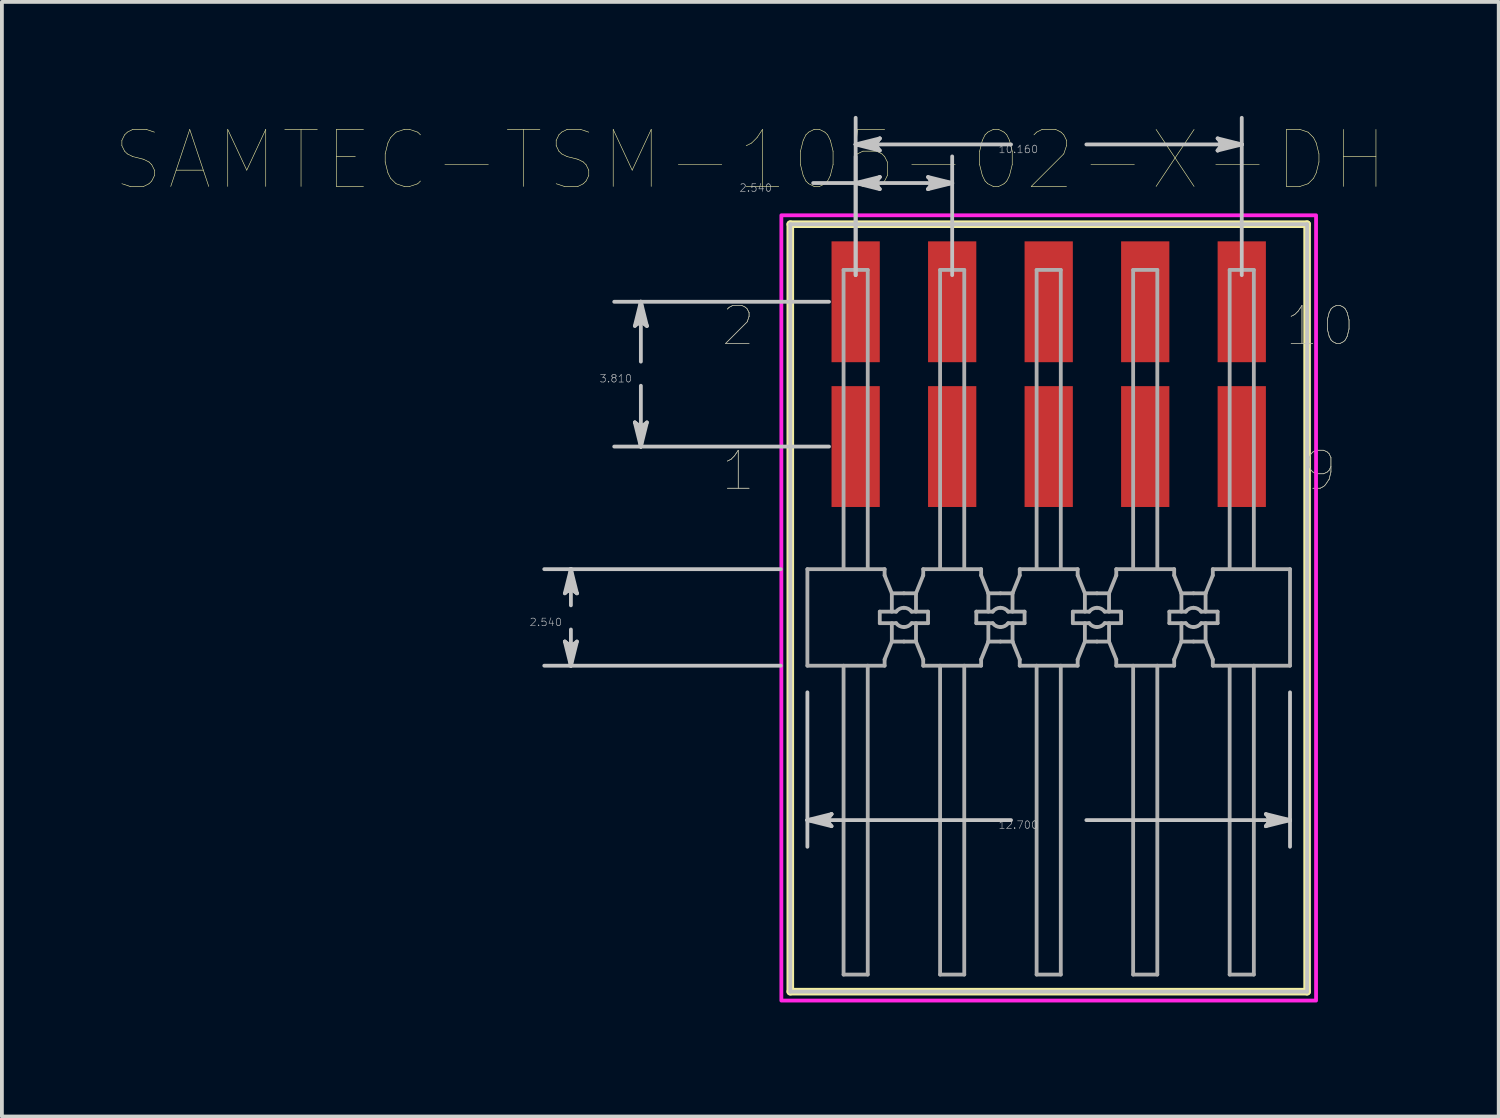
<source format=kicad_pcb>
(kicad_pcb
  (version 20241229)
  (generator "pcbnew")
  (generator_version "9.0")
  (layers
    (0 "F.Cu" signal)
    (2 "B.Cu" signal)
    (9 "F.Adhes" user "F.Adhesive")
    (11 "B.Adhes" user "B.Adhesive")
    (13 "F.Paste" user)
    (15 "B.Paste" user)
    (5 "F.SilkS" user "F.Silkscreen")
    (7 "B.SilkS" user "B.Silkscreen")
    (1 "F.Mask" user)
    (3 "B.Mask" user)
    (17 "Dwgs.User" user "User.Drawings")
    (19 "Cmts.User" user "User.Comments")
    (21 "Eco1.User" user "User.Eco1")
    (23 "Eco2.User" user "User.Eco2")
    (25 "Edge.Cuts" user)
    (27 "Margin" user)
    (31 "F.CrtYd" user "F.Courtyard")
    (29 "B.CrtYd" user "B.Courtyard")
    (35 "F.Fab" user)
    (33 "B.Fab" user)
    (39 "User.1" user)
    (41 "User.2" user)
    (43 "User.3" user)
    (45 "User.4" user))
  (footprint "SAMTEC-TSM-105-02-X-DH"
    (layer "F.Cu")
    (at 24.546 13.197)
    (property "Reference" "SAMTEC-TSM-105-02-X-DH" (at -7.853 -12.034 0) (layer "F.SilkS") (effects (font (size 1.5 1.5) (thickness 0.015))))
    (attr through_hole)
    (fp_poly (pts (xy -5.766 -9.947) (xy -4.394 -9.947) (xy -4.394 -6.665) (xy -5.766 -6.665)) (stroke (width 0.01) (type solid)) (fill yes) (layer "F.Mask"))
    (fp_poly (pts (xy -5.766 -6.137) (xy -4.394 -6.137) (xy -4.394 -2.855) (xy -5.766 -2.855)) (stroke (width 0.01) (type solid)) (fill yes) (layer "F.Mask"))
    (fp_poly (pts (xy -3.226 -9.947) (xy -1.854 -9.947) (xy -1.854 -6.665) (xy -3.226 -6.665)) (stroke (width 0.01) (type solid)) (fill yes) (layer "F.Mask"))
    (fp_poly (pts (xy -3.226 -6.137) (xy -1.854 -6.137) (xy -1.854 -2.855) (xy -3.226 -2.855)) (stroke (width 0.01) (type solid)) (fill yes) (layer "F.Mask"))
    (fp_poly (pts (xy -0.686 -9.947) (xy 0.686 -9.947) (xy 0.686 -6.665) (xy -0.686 -6.665)) (stroke (width 0.01) (type solid)) (fill yes) (layer "F.Mask"))
    (fp_poly (pts (xy -0.686 -6.137) (xy 0.686 -6.137) (xy 0.686 -2.855) (xy -0.686 -2.855)) (stroke (width 0.01) (type solid)) (fill yes) (layer "F.Mask"))
    (fp_poly (pts (xy 1.854 -9.947) (xy 3.226 -9.947) (xy 3.226 -6.665) (xy 1.854 -6.665)) (stroke (width 0.01) (type solid)) (fill yes) (layer "F.Mask"))
    (fp_poly (pts (xy 1.854 -6.137) (xy 3.226 -6.137) (xy 3.226 -2.855) (xy 1.854 -2.855)) (stroke (width 0.01) (type solid)) (fill yes) (layer "F.Mask"))
    (fp_poly (pts (xy 4.394 -9.947) (xy 5.766 -9.947) (xy 5.766 -6.665) (xy 4.394 -6.665)) (stroke (width 0.01) (type solid)) (fill yes) (layer "F.Mask"))
    (fp_poly (pts (xy 4.394 -6.137) (xy 5.766 -6.137) (xy 5.766 -2.855) (xy 4.394 -2.855)) (stroke (width 0.01) (type solid)) (fill yes) (layer "F.Mask"))
    (fp_line (start -6.8 -10.347) (end -6.8 9.848) (stroke (width 0.2) (type solid)) (layer "F.SilkS"))
    (fp_line (start -6.8 9.848) (end 6.8 9.848) (stroke (width 0.2) (type solid)) (layer "F.SilkS"))
    (fp_line (start 6.8 -10.347) (end -6.8 -10.347) (stroke (width 0.2) (type solid)) (layer "F.SilkS"))
    (fp_line (start 6.8 9.848) (end 6.8 -10.347) (stroke (width 0.2) (type solid)) (layer "F.SilkS"))
    (fp_poly (pts (xy -5.715 -9.896) (xy -4.445 -9.896) (xy -4.445 -6.716) (xy -5.715 -6.716)) (stroke (width 0.01) (type solid)) (fill yes) (layer "F.Paste"))
    (fp_poly (pts (xy -5.715 -6.086) (xy -4.445 -6.086) (xy -4.445 -2.906) (xy -5.715 -2.906)) (stroke (width 0.01) (type solid)) (fill yes) (layer "F.Paste"))
    (fp_poly (pts (xy -3.175 -9.896) (xy -1.905 -9.896) (xy -1.905 -6.716) (xy -3.175 -6.716)) (stroke (width 0.01) (type solid)) (fill yes) (layer "F.Paste"))
    (fp_poly (pts (xy -3.175 -6.086) (xy -1.905 -6.086) (xy -1.905 -2.906) (xy -3.175 -2.906)) (stroke (width 0.01) (type solid)) (fill yes) (layer "F.Paste"))
    (fp_poly (pts (xy -0.635 -9.896) (xy 0.635 -9.896) (xy 0.635 -6.716) (xy -0.635 -6.716)) (stroke (width 0.01) (type solid)) (fill yes) (layer "F.Paste"))
    (fp_poly (pts (xy -0.635 -6.086) (xy 0.635 -6.086) (xy 0.635 -2.906) (xy -0.635 -2.906)) (stroke (width 0.01) (type solid)) (fill yes) (layer "F.Paste"))
    (fp_poly (pts (xy 1.905 -9.896) (xy 3.175 -9.896) (xy 3.175 -6.716) (xy 1.905 -6.716)) (stroke (width 0.01) (type solid)) (fill yes) (layer "F.Paste"))
    (fp_poly (pts (xy 1.905 -6.086) (xy 3.175 -6.086) (xy 3.175 -2.906) (xy 1.905 -2.906)) (stroke (width 0.01) (type solid)) (fill yes) (layer "F.Paste"))
    (fp_poly (pts (xy 4.445 -9.896) (xy 5.715 -9.896) (xy 5.715 -6.716) (xy 4.445 -6.716)) (stroke (width 0.01) (type solid)) (fill yes) (layer "F.Paste"))
    (fp_poly (pts (xy 4.445 -6.086) (xy 5.715 -6.086) (xy 5.715 -2.906) (xy 4.445 -2.906)) (stroke (width 0.01) (type solid)) (fill yes) (layer "F.Paste"))
    (fp_line (start -12.732 -0.635) (end -12.573 -0.762) (stroke (width 0.1) (type solid)) (layer "Dwgs.User"))
    (fp_line (start -12.732 0.635) (end -12.573 1.27) (stroke (width 0.1) (type solid)) (layer "Dwgs.User"))
    (fp_line (start -12.652 -0.698) (end -12.573 -0.762) (stroke (width 0.1) (type solid)) (layer "Dwgs.User"))
    (fp_line (start -12.652 0.698) (end -12.732 0.635) (stroke (width 0.1) (type solid)) (layer "Dwgs.User"))
    (fp_line (start -12.573 -1.27) (end -12.732 -0.635) (stroke (width 0.1) (type solid)) (layer "Dwgs.User"))
    (fp_line (start -12.573 -1.27) (end -12.652 -0.698) (stroke (width 0.1) (type solid)) (layer "Dwgs.User"))
    (fp_line (start -12.573 -1.27) (end -12.494 -0.698) (stroke (width 0.1) (type solid)) (layer "Dwgs.User"))
    (fp_line (start -12.573 -0.762) (end -12.573 -1.27) (stroke (width 0.1) (type solid)) (layer "Dwgs.User"))
    (fp_line (start -12.573 -0.762) (end -12.414 -0.635) (stroke (width 0.1) (type solid)) (layer "Dwgs.User"))
    (fp_line (start -12.573 -0.318) (end -12.573 -1.27) (stroke (width 0.1) (type solid)) (layer "Dwgs.User"))
    (fp_line (start -12.573 0.318) (end -12.573 1.27) (stroke (width 0.1) (type solid)) (layer "Dwgs.User"))
    (fp_line (start -12.573 0.762) (end -12.732 0.635) (stroke (width 0.1) (type solid)) (layer "Dwgs.User"))
    (fp_line (start -12.573 0.762) (end -12.573 1.27) (stroke (width 0.1) (type solid)) (layer "Dwgs.User"))
    (fp_line (start -12.573 1.27) (end -12.652 0.698) (stroke (width 0.1) (type solid)) (layer "Dwgs.User"))
    (fp_line (start -12.573 1.27) (end -12.494 0.698) (stroke (width 0.1) (type solid)) (layer "Dwgs.User"))
    (fp_line (start -12.573 1.27) (end -12.414 0.635) (stroke (width 0.1) (type solid)) (layer "Dwgs.User"))
    (fp_line (start -12.494 -0.698) (end -12.414 -0.635) (stroke (width 0.1) (type solid)) (layer "Dwgs.User"))
    (fp_line (start -12.494 0.698) (end -12.573 0.762) (stroke (width 0.1) (type solid)) (layer "Dwgs.User"))
    (fp_line (start -12.414 -0.635) (end -12.573 -1.27) (stroke (width 0.1) (type solid)) (layer "Dwgs.User"))
    (fp_line (start -12.414 0.635) (end -12.573 0.762) (stroke (width 0.1) (type solid)) (layer "Dwgs.User"))
    (fp_line (start -10.89 -7.671) (end -10.732 -7.798) (stroke (width 0.1) (type solid)) (layer "Dwgs.User"))
    (fp_line (start -10.89 -5.131) (end -10.732 -4.496) (stroke (width 0.1) (type solid)) (layer "Dwgs.User"))
    (fp_line (start -10.811 -7.734) (end -10.732 -7.798) (stroke (width 0.1) (type solid)) (layer "Dwgs.User"))
    (fp_line (start -10.811 -5.067) (end -10.89 -5.131) (stroke (width 0.1) (type solid)) (layer "Dwgs.User"))
    (fp_line (start -10.732 -8.306) (end -10.89 -7.671) (stroke (width 0.1) (type solid)) (layer "Dwgs.User"))
    (fp_line (start -10.732 -8.306) (end -10.811 -7.734) (stroke (width 0.1) (type solid)) (layer "Dwgs.User"))
    (fp_line (start -10.732 -8.306) (end -10.652 -7.734) (stroke (width 0.1) (type solid)) (layer "Dwgs.User"))
    (fp_line (start -10.732 -7.798) (end -10.732 -8.306) (stroke (width 0.1) (type solid)) (layer "Dwgs.User"))
    (fp_line (start -10.732 -7.798) (end -10.573 -7.671) (stroke (width 0.1) (type solid)) (layer "Dwgs.User"))
    (fp_line (start -10.732 -6.731) (end -10.732 -8.306) (stroke (width 0.1) (type solid)) (layer "Dwgs.User"))
    (fp_line (start -10.732 -6.096) (end -10.732 -4.496) (stroke (width 0.1) (type solid)) (layer "Dwgs.User"))
    (fp_line (start -10.732 -5.004) (end -10.89 -5.131) (stroke (width 0.1) (type solid)) (layer "Dwgs.User"))
    (fp_line (start -10.732 -5.004) (end -10.732 -4.496) (stroke (width 0.1) (type solid)) (layer "Dwgs.User"))
    (fp_line (start -10.732 -4.496) (end -10.811 -5.067) (stroke (width 0.1) (type solid)) (layer "Dwgs.User"))
    (fp_line (start -10.732 -4.496) (end -10.652 -5.067) (stroke (width 0.1) (type solid)) (layer "Dwgs.User"))
    (fp_line (start -10.732 -4.496) (end -10.573 -5.131) (stroke (width 0.1) (type solid)) (layer "Dwgs.User"))
    (fp_line (start -10.652 -7.734) (end -10.573 -7.671) (stroke (width 0.1) (type solid)) (layer "Dwgs.User"))
    (fp_line (start -10.652 -5.067) (end -10.732 -5.004) (stroke (width 0.1) (type solid)) (layer "Dwgs.User"))
    (fp_line (start -10.573 -7.671) (end -10.732 -8.306) (stroke (width 0.1) (type solid)) (layer "Dwgs.User"))
    (fp_line (start -10.573 -5.131) (end -10.732 -5.004) (stroke (width 0.1) (type solid)) (layer "Dwgs.User"))
    (fp_line (start -7.051 -1.27) (end -13.274 -1.27) (stroke (width 0.1) (type solid)) (layer "Dwgs.User"))
    (fp_line (start -7.051 1.27) (end -13.274 1.27) (stroke (width 0.1) (type solid)) (layer "Dwgs.User"))
    (fp_line (start -6.8 -10.347) (end -6.8 9.848) (stroke (width 0.1) (type solid)) (layer "Dwgs.User"))
    (fp_line (start -6.8 9.848) (end 6.8 9.848) (stroke (width 0.1) (type solid)) (layer "Dwgs.User"))
    (fp_line (start -6.35 1.971) (end -6.35 6.035) (stroke (width 0.1) (type solid)) (layer "Dwgs.User"))
    (fp_line (start -6.35 5.334) (end -5.778 5.255) (stroke (width 0.1) (type solid)) (layer "Dwgs.User"))
    (fp_line (start -6.35 5.334) (end -5.778 5.413) (stroke (width 0.1) (type solid)) (layer "Dwgs.User"))
    (fp_line (start -6.35 5.334) (end -5.715 5.493) (stroke (width 0.1) (type solid)) (layer "Dwgs.User"))
    (fp_line (start -6.198 -11.43) (end -5.08 -11.43) (stroke (width 0.1) (type solid)) (layer "Dwgs.User"))
    (fp_line (start -5.842 5.334) (end -6.35 5.334) (stroke (width 0.1) (type solid)) (layer "Dwgs.User"))
    (fp_line (start -5.842 5.334) (end -5.715 5.175) (stroke (width 0.1) (type solid)) (layer "Dwgs.User"))
    (fp_line (start -5.781 -8.306) (end -11.433 -8.306) (stroke (width 0.1) (type solid)) (layer "Dwgs.User"))
    (fp_line (start -5.781 -4.496) (end -11.433 -4.496) (stroke (width 0.1) (type solid)) (layer "Dwgs.User"))
    (fp_line (start -5.778 5.255) (end -5.715 5.175) (stroke (width 0.1) (type solid)) (layer "Dwgs.User"))
    (fp_line (start -5.778 5.413) (end -5.842 5.334) (stroke (width 0.1) (type solid)) (layer "Dwgs.User"))
    (fp_line (start -5.715 5.175) (end -6.35 5.334) (stroke (width 0.1) (type solid)) (layer "Dwgs.User"))
    (fp_line (start -5.715 5.493) (end -5.842 5.334) (stroke (width 0.1) (type solid)) (layer "Dwgs.User"))
    (fp_line (start -5.08 -12.446) (end -4.508 -12.525) (stroke (width 0.1) (type solid)) (layer "Dwgs.User"))
    (fp_line (start -5.08 -12.446) (end -4.508 -12.367) (stroke (width 0.1) (type solid)) (layer "Dwgs.User"))
    (fp_line (start -5.08 -12.446) (end -4.445 -12.287) (stroke (width 0.1) (type solid)) (layer "Dwgs.User"))
    (fp_line (start -5.08 -11.43) (end -4.508 -11.509) (stroke (width 0.1) (type solid)) (layer "Dwgs.User"))
    (fp_line (start -5.08 -11.43) (end -4.508 -11.351) (stroke (width 0.1) (type solid)) (layer "Dwgs.User"))
    (fp_line (start -5.08 -11.43) (end -4.445 -11.271) (stroke (width 0.1) (type solid)) (layer "Dwgs.User"))
    (fp_line (start -5.08 -11.43) (end -2.54 -11.43) (stroke (width 0.1) (type solid)) (layer "Dwgs.User"))
    (fp_line (start -5.08 -9.007) (end -5.08 -13.147) (stroke (width 0.1) (type solid)) (layer "Dwgs.User"))
    (fp_line (start -5.08 -9.007) (end -5.08 -12.131) (stroke (width 0.1) (type solid)) (layer "Dwgs.User"))
    (fp_line (start -4.572 -12.446) (end -5.08 -12.446) (stroke (width 0.1) (type solid)) (layer "Dwgs.User"))
    (fp_line (start -4.572 -12.446) (end -4.445 -12.605) (stroke (width 0.1) (type solid)) (layer "Dwgs.User"))
    (fp_line (start -4.572 -11.43) (end -5.08 -11.43) (stroke (width 0.1) (type solid)) (layer "Dwgs.User"))
    (fp_line (start -4.572 -11.43) (end -4.445 -11.589) (stroke (width 0.1) (type solid)) (layer "Dwgs.User"))
    (fp_line (start -4.508 -12.525) (end -4.445 -12.605) (stroke (width 0.1) (type solid)) (layer "Dwgs.User"))
    (fp_line (start -4.508 -12.367) (end -4.572 -12.446) (stroke (width 0.1) (type solid)) (layer "Dwgs.User"))
    (fp_line (start -4.508 -11.509) (end -4.445 -11.589) (stroke (width 0.1) (type solid)) (layer "Dwgs.User"))
    (fp_line (start -4.508 -11.351) (end -4.572 -11.43) (stroke (width 0.1) (type solid)) (layer "Dwgs.User"))
    (fp_line (start -4.445 -12.605) (end -5.08 -12.446) (stroke (width 0.1) (type solid)) (layer "Dwgs.User"))
    (fp_line (start -4.445 -12.287) (end -4.572 -12.446) (stroke (width 0.1) (type solid)) (layer "Dwgs.User"))
    (fp_line (start -4.445 -11.589) (end -5.08 -11.43) (stroke (width 0.1) (type solid)) (layer "Dwgs.User"))
    (fp_line (start -4.445 -11.271) (end -4.572 -11.43) (stroke (width 0.1) (type solid)) (layer "Dwgs.User"))
    (fp_line (start -3.175 -11.589) (end -3.048 -11.43) (stroke (width 0.1) (type solid)) (layer "Dwgs.User"))
    (fp_line (start -3.175 -11.271) (end -2.54 -11.43) (stroke (width 0.1) (type solid)) (layer "Dwgs.User"))
    (fp_line (start -3.112 -11.509) (end -3.048 -11.43) (stroke (width 0.1) (type solid)) (layer "Dwgs.User"))
    (fp_line (start -3.112 -11.351) (end -3.175 -11.271) (stroke (width 0.1) (type solid)) (layer "Dwgs.User"))
    (fp_line (start -3.048 -11.43) (end -3.175 -11.271) (stroke (width 0.1) (type solid)) (layer "Dwgs.User"))
    (fp_line (start -3.048 -11.43) (end -2.54 -11.43) (stroke (width 0.1) (type solid)) (layer "Dwgs.User"))
    (fp_line (start -2.54 -11.43) (end -3.175 -11.589) (stroke (width 0.1) (type solid)) (layer "Dwgs.User"))
    (fp_line (start -2.54 -11.43) (end -3.112 -11.509) (stroke (width 0.1) (type solid)) (layer "Dwgs.User"))
    (fp_line (start -2.54 -11.43) (end -3.112 -11.351) (stroke (width 0.1) (type solid)) (layer "Dwgs.User"))
    (fp_line (start -2.54 -9.007) (end -2.54 -12.131) (stroke (width 0.1) (type solid)) (layer "Dwgs.User"))
    (fp_line (start -0.991 -12.446) (end -5.08 -12.446) (stroke (width 0.1) (type solid)) (layer "Dwgs.User"))
    (fp_line (start -0.991 5.334) (end -6.35 5.334) (stroke (width 0.1) (type solid)) (layer "Dwgs.User"))
    (fp_line (start 0.991 -12.446) (end 5.08 -12.446) (stroke (width 0.1) (type solid)) (layer "Dwgs.User"))
    (fp_line (start 0.991 5.334) (end 6.35 5.334) (stroke (width 0.1) (type solid)) (layer "Dwgs.User"))
    (fp_line (start 4.445 -12.605) (end 4.572 -12.446) (stroke (width 0.1) (type solid)) (layer "Dwgs.User"))
    (fp_line (start 4.445 -12.287) (end 5.08 -12.446) (stroke (width 0.1) (type solid)) (layer "Dwgs.User"))
    (fp_line (start 4.508 -12.525) (end 4.572 -12.446) (stroke (width 0.1) (type solid)) (layer "Dwgs.User"))
    (fp_line (start 4.508 -12.367) (end 4.445 -12.287) (stroke (width 0.1) (type solid)) (layer "Dwgs.User"))
    (fp_line (start 4.572 -12.446) (end 4.445 -12.287) (stroke (width 0.1) (type solid)) (layer "Dwgs.User"))
    (fp_line (start 4.572 -12.446) (end 5.08 -12.446) (stroke (width 0.1) (type solid)) (layer "Dwgs.User"))
    (fp_line (start 5.08 -12.446) (end 4.445 -12.605) (stroke (width 0.1) (type solid)) (layer "Dwgs.User"))
    (fp_line (start 5.08 -12.446) (end 4.508 -12.525) (stroke (width 0.1) (type solid)) (layer "Dwgs.User"))
    (fp_line (start 5.08 -12.446) (end 4.508 -12.367) (stroke (width 0.1) (type solid)) (layer "Dwgs.User"))
    (fp_line (start 5.08 -9.007) (end 5.08 -13.147) (stroke (width 0.1) (type solid)) (layer "Dwgs.User"))
    (fp_line (start 5.715 5.175) (end 5.842 5.334) (stroke (width 0.1) (type solid)) (layer "Dwgs.User"))
    (fp_line (start 5.715 5.493) (end 6.35 5.334) (stroke (width 0.1) (type solid)) (layer "Dwgs.User"))
    (fp_line (start 5.778 5.255) (end 5.842 5.334) (stroke (width 0.1) (type solid)) (layer "Dwgs.User"))
    (fp_line (start 5.778 5.413) (end 5.715 5.493) (stroke (width 0.1) (type solid)) (layer "Dwgs.User"))
    (fp_line (start 5.842 5.334) (end 5.715 5.493) (stroke (width 0.1) (type solid)) (layer "Dwgs.User"))
    (fp_line (start 5.842 5.334) (end 6.35 5.334) (stroke (width 0.1) (type solid)) (layer "Dwgs.User"))
    (fp_line (start 6.35 1.971) (end 6.35 6.035) (stroke (width 0.1) (type solid)) (layer "Dwgs.User"))
    (fp_line (start 6.35 5.334) (end 5.715 5.175) (stroke (width 0.1) (type solid)) (layer "Dwgs.User"))
    (fp_line (start 6.35 5.334) (end 5.778 5.255) (stroke (width 0.1) (type solid)) (layer "Dwgs.User"))
    (fp_line (start 6.35 5.334) (end 5.778 5.413) (stroke (width 0.1) (type solid)) (layer "Dwgs.User"))
    (fp_line (start 6.8 -10.347) (end -6.8 -10.347) (stroke (width 0.1) (type solid)) (layer "Dwgs.User"))
    (fp_line (start 6.8 9.848) (end 6.8 -10.347) (stroke (width 0.1) (type solid)) (layer "Dwgs.User"))
    (fp_poly (pts (xy -7.035 10.083) (xy -7.035 -10.582) (xy 7.035 -10.582) (xy 7.035 10.083) (xy -7.035 10.083)) (stroke (width 0.1) (type solid)) (fill no) (layer "F.CrtYd"))
    (fp_line (start -6.35 -1.27) (end -4.318 -1.27) (stroke (width 0.1) (type solid)) (layer "F.Fab"))
    (fp_line (start -6.35 1.27) (end -6.35 -1.27) (stroke (width 0.1) (type solid)) (layer "F.Fab"))
    (fp_line (start -5.398 -9.144) (end -4.762 -9.144) (stroke (width 0.1) (type solid)) (layer "F.Fab"))
    (fp_line (start -5.398 -1.27) (end -5.398 -9.144) (stroke (width 0.1) (type solid)) (layer "F.Fab"))
    (fp_line (start -5.398 1.27) (end -5.398 9.398) (stroke (width 0.1) (type solid)) (layer "F.Fab"))
    (fp_line (start -5.398 9.398) (end -4.762 9.398) (stroke (width 0.1) (type solid)) (layer "F.Fab"))
    (fp_line (start -4.762 -9.144) (end -4.762 -1.27) (stroke (width 0.1) (type solid)) (layer "F.Fab"))
    (fp_line (start -4.762 9.398) (end -4.762 1.27) (stroke (width 0.1) (type solid)) (layer "F.Fab"))
    (fp_line (start -4.445 -0.152) (end -4.445 0.152) (stroke (width 0.1) (type solid)) (layer "F.Fab"))
    (fp_line (start -4.445 0.152) (end -4.013 0.152) (stroke (width 0.1) (type solid)) (layer "F.Fab"))
    (fp_line (start -4.318 -1.27) (end -4.318 -1.107) (stroke (width 0.1) (type solid)) (layer "F.Fab"))
    (fp_line (start -4.318 -1.107) (end -4.128 -0.635) (stroke (width 0.1) (type solid)) (layer "F.Fab"))
    (fp_line (start -4.318 1.107) (end -4.318 1.27) (stroke (width 0.1) (type solid)) (layer "F.Fab"))
    (fp_line (start -4.318 1.27) (end -6.35 1.27) (stroke (width 0.1) (type solid)) (layer "F.Fab"))
    (fp_line (start -4.128 -0.635) (end -4.128 -0.152) (stroke (width 0.1) (type solid)) (layer "F.Fab"))
    (fp_line (start -4.128 -0.635) (end -3.81 -0.635) (stroke (width 0.1) (type solid)) (layer "F.Fab"))
    (fp_line (start -4.128 0.152) (end -4.128 0.635) (stroke (width 0.1) (type solid)) (layer "F.Fab"))
    (fp_line (start -4.128 0.635) (end -4.318 1.107) (stroke (width 0.1) (type solid)) (layer "F.Fab"))
    (fp_line (start -4.013 -0.152) (end -4.445 -0.152) (stroke (width 0.1) (type solid)) (layer "F.Fab"))
    (fp_line (start -3.81 -0.635) (end -3.492 -0.635) (stroke (width 0.1) (type solid)) (layer "F.Fab"))
    (fp_line (start -3.81 0.635) (end -4.128 0.635) (stroke (width 0.1) (type solid)) (layer "F.Fab"))
    (fp_line (start -3.81 0.635) (end -3.492 0.635) (stroke (width 0.1) (type solid)) (layer "F.Fab"))
    (fp_line (start -3.607 -0.152) (end -3.175 -0.152) (stroke (width 0.1) (type solid)) (layer "F.Fab"))
    (fp_line (start -3.492 -0.635) (end -3.302 -1.107) (stroke (width 0.1) (type solid)) (layer "F.Fab"))
    (fp_line (start -3.492 -0.152) (end -3.492 -0.635) (stroke (width 0.1) (type solid)) (layer "F.Fab"))
    (fp_line (start -3.492 0.635) (end -3.492 0.152) (stroke (width 0.1) (type solid)) (layer "F.Fab"))
    (fp_line (start -3.302 -1.27) (end -1.778 -1.27) (stroke (width 0.1) (type solid)) (layer "F.Fab"))
    (fp_line (start -3.302 -1.107) (end -3.302 -1.27) (stroke (width 0.1) (type solid)) (layer "F.Fab"))
    (fp_line (start -3.302 1.107) (end -3.492 0.635) (stroke (width 0.1) (type solid)) (layer "F.Fab"))
    (fp_line (start -3.302 1.27) (end -3.302 1.107) (stroke (width 0.1) (type solid)) (layer "F.Fab"))
    (fp_line (start -3.175 -0.152) (end -3.175 0.152) (stroke (width 0.1) (type solid)) (layer "F.Fab"))
    (fp_line (start -3.175 0.152) (end -3.607 0.152) (stroke (width 0.1) (type solid)) (layer "F.Fab"))
    (fp_line (start -2.858 -9.144) (end -2.858 -1.27) (stroke (width 0.1) (type solid)) (layer "F.Fab"))
    (fp_line (start -2.858 9.398) (end -2.858 1.27) (stroke (width 0.1) (type solid)) (layer "F.Fab"))
    (fp_line (start -2.222 -9.144) (end -2.858 -9.144) (stroke (width 0.1) (type solid)) (layer "F.Fab"))
    (fp_line (start -2.222 -1.27) (end -2.222 -9.144) (stroke (width 0.1) (type solid)) (layer "F.Fab"))
    (fp_line (start -2.222 1.27) (end -2.222 9.398) (stroke (width 0.1) (type solid)) (layer "F.Fab"))
    (fp_line (start -2.222 9.398) (end -2.858 9.398) (stroke (width 0.1) (type solid)) (layer "F.Fab"))
    (fp_line (start -1.905 -0.152) (end -1.905 0.152) (stroke (width 0.1) (type solid)) (layer "F.Fab"))
    (fp_line (start -1.905 0.152) (end -1.473 0.152) (stroke (width 0.1) (type solid)) (layer "F.Fab"))
    (fp_line (start -1.778 -1.27) (end -1.778 -1.107) (stroke (width 0.1) (type solid)) (layer "F.Fab"))
    (fp_line (start -1.778 -1.107) (end -1.588 -0.635) (stroke (width 0.1) (type solid)) (layer "F.Fab"))
    (fp_line (start -1.778 1.107) (end -1.778 1.27) (stroke (width 0.1) (type solid)) (layer "F.Fab"))
    (fp_line (start -1.778 1.27) (end -3.302 1.27) (stroke (width 0.1) (type solid)) (layer "F.Fab"))
    (fp_line (start -1.588 -0.635) (end -1.588 -0.152) (stroke (width 0.1) (type solid)) (layer "F.Fab"))
    (fp_line (start -1.588 0.152) (end -1.588 0.635) (stroke (width 0.1) (type solid)) (layer "F.Fab"))
    (fp_line (start -1.588 0.635) (end -1.778 1.107) (stroke (width 0.1) (type solid)) (layer "F.Fab"))
    (fp_line (start -1.473 -0.152) (end -1.905 -0.152) (stroke (width 0.1) (type solid)) (layer "F.Fab"))
    (fp_line (start -1.27 -0.635) (end -1.588 -0.635) (stroke (width 0.1) (type solid)) (layer "F.Fab"))
    (fp_line (start -1.27 -0.635) (end -0.952 -0.635) (stroke (width 0.1) (type solid)) (layer "F.Fab"))
    (fp_line (start -1.27 0.635) (end -1.588 0.635) (stroke (width 0.1) (type solid)) (layer "F.Fab"))
    (fp_line (start -1.27 0.635) (end -0.952 0.635) (stroke (width 0.1) (type solid)) (layer "F.Fab"))
    (fp_line (start -1.067 -0.152) (end -0.635 -0.152) (stroke (width 0.1) (type solid)) (layer "F.Fab"))
    (fp_line (start -0.952 -0.635) (end -0.762 -1.107) (stroke (width 0.1) (type solid)) (layer "F.Fab"))
    (fp_line (start -0.952 -0.152) (end -0.952 -0.635) (stroke (width 0.1) (type solid)) (layer "F.Fab"))
    (fp_line (start -0.952 0.635) (end -0.952 0.152) (stroke (width 0.1) (type solid)) (layer "F.Fab"))
    (fp_line (start -0.762 -1.27) (end 0.762 -1.27) (stroke (width 0.1) (type solid)) (layer "F.Fab"))
    (fp_line (start -0.762 -1.107) (end -0.762 -1.27) (stroke (width 0.1) (type solid)) (layer "F.Fab"))
    (fp_line (start -0.762 1.107) (end -0.952 0.635) (stroke (width 0.1) (type solid)) (layer "F.Fab"))
    (fp_line (start -0.762 1.27) (end -0.762 1.107) (stroke (width 0.1) (type solid)) (layer "F.Fab"))
    (fp_line (start -0.635 -0.152) (end -0.635 0.152) (stroke (width 0.1) (type solid)) (layer "F.Fab"))
    (fp_line (start -0.635 0.152) (end -1.067 0.152) (stroke (width 0.1) (type solid)) (layer "F.Fab"))
    (fp_line (start -0.318 -9.144) (end -0.318 -1.27) (stroke (width 0.1) (type solid)) (layer "F.Fab"))
    (fp_line (start -0.318 9.398) (end -0.318 1.27) (stroke (width 0.1) (type solid)) (layer "F.Fab"))
    (fp_line (start 0.318 -9.144) (end -0.318 -9.144) (stroke (width 0.1) (type solid)) (layer "F.Fab"))
    (fp_line (start 0.318 -1.27) (end 0.318 -9.144) (stroke (width 0.1) (type solid)) (layer "F.Fab"))
    (fp_line (start 0.318 1.27) (end 0.318 9.398) (stroke (width 0.1) (type solid)) (layer "F.Fab"))
    (fp_line (start 0.318 9.398) (end -0.318 9.398) (stroke (width 0.1) (type solid)) (layer "F.Fab"))
    (fp_line (start 0.635 -0.152) (end 0.635 0.152) (stroke (width 0.1) (type solid)) (layer "F.Fab"))
    (fp_line (start 0.635 0.152) (end 1.067 0.152) (stroke (width 0.1) (type solid)) (layer "F.Fab"))
    (fp_line (start 0.762 -1.27) (end 0.762 -1.107) (stroke (width 0.1) (type solid)) (layer "F.Fab"))
    (fp_line (start 0.762 -1.107) (end 0.952 -0.635) (stroke (width 0.1) (type solid)) (layer "F.Fab"))
    (fp_line (start 0.762 1.107) (end 0.762 1.27) (stroke (width 0.1) (type solid)) (layer "F.Fab"))
    (fp_line (start 0.762 1.27) (end -0.762 1.27) (stroke (width 0.1) (type solid)) (layer "F.Fab"))
    (fp_line (start 0.952 -0.635) (end 0.952 -0.152) (stroke (width 0.1) (type solid)) (layer "F.Fab"))
    (fp_line (start 0.952 0.152) (end 0.952 0.635) (stroke (width 0.1) (type solid)) (layer "F.Fab"))
    (fp_line (start 0.952 0.635) (end 0.762 1.107) (stroke (width 0.1) (type solid)) (layer "F.Fab"))
    (fp_line (start 1.067 -0.152) (end 0.635 -0.152) (stroke (width 0.1) (type solid)) (layer "F.Fab"))
    (fp_line (start 1.27 -0.635) (end 0.952 -0.635) (stroke (width 0.1) (type solid)) (layer "F.Fab"))
    (fp_line (start 1.27 -0.635) (end 1.588 -0.635) (stroke (width 0.1) (type solid)) (layer "F.Fab"))
    (fp_line (start 1.27 0.635) (end 0.952 0.635) (stroke (width 0.1) (type solid)) (layer "F.Fab"))
    (fp_line (start 1.27 0.635) (end 1.588 0.635) (stroke (width 0.1) (type solid)) (layer "F.Fab"))
    (fp_line (start 1.473 -0.152) (end 1.905 -0.152) (stroke (width 0.1) (type solid)) (layer "F.Fab"))
    (fp_line (start 1.588 -0.635) (end 1.778 -1.107) (stroke (width 0.1) (type solid)) (layer "F.Fab"))
    (fp_line (start 1.588 -0.152) (end 1.588 -0.635) (stroke (width 0.1) (type solid)) (layer "F.Fab"))
    (fp_line (start 1.588 0.635) (end 1.588 0.152) (stroke (width 0.1) (type solid)) (layer "F.Fab"))
    (fp_line (start 1.778 -1.27) (end 3.302 -1.27) (stroke (width 0.1) (type solid)) (layer "F.Fab"))
    (fp_line (start 1.778 -1.107) (end 1.778 -1.27) (stroke (width 0.1) (type solid)) (layer "F.Fab"))
    (fp_line (start 1.778 1.107) (end 1.588 0.635) (stroke (width 0.1) (type solid)) (layer "F.Fab"))
    (fp_line (start 1.778 1.27) (end 1.778 1.107) (stroke (width 0.1) (type solid)) (layer "F.Fab"))
    (fp_line (start 1.905 -0.152) (end 1.905 0.152) (stroke (width 0.1) (type solid)) (layer "F.Fab"))
    (fp_line (start 1.905 0.152) (end 1.473 0.152) (stroke (width 0.1) (type solid)) (layer "F.Fab"))
    (fp_line (start 2.222 -9.144) (end 2.222 -1.27) (stroke (width 0.1) (type solid)) (layer "F.Fab"))
    (fp_line (start 2.222 9.398) (end 2.222 1.27) (stroke (width 0.1) (type solid)) (layer "F.Fab"))
    (fp_line (start 2.858 -9.144) (end 2.222 -9.144) (stroke (width 0.1) (type solid)) (layer "F.Fab"))
    (fp_line (start 2.858 -1.27) (end 2.858 -9.144) (stroke (width 0.1) (type solid)) (layer "F.Fab"))
    (fp_line (start 2.858 1.27) (end 2.858 9.398) (stroke (width 0.1) (type solid)) (layer "F.Fab"))
    (fp_line (start 2.858 9.398) (end 2.222 9.398) (stroke (width 0.1) (type solid)) (layer "F.Fab"))
    (fp_line (start 3.175 -0.152) (end 3.175 0.152) (stroke (width 0.1) (type solid)) (layer "F.Fab"))
    (fp_line (start 3.175 0.152) (end 3.607 0.152) (stroke (width 0.1) (type solid)) (layer "F.Fab"))
    (fp_line (start 3.302 -1.27) (end 3.302 -1.107) (stroke (width 0.1) (type solid)) (layer "F.Fab"))
    (fp_line (start 3.302 -1.107) (end 3.492 -0.635) (stroke (width 0.1) (type solid)) (layer "F.Fab"))
    (fp_line (start 3.302 1.107) (end 3.302 1.27) (stroke (width 0.1) (type solid)) (layer "F.Fab"))
    (fp_line (start 3.302 1.27) (end 1.778 1.27) (stroke (width 0.1) (type solid)) (layer "F.Fab"))
    (fp_line (start 3.492 -0.635) (end 3.492 -0.152) (stroke (width 0.1) (type solid)) (layer "F.Fab"))
    (fp_line (start 3.492 0.152) (end 3.492 0.635) (stroke (width 0.1) (type solid)) (layer "F.Fab"))
    (fp_line (start 3.492 0.635) (end 3.302 1.107) (stroke (width 0.1) (type solid)) (layer "F.Fab"))
    (fp_line (start 3.607 -0.152) (end 3.175 -0.152) (stroke (width 0.1) (type solid)) (layer "F.Fab"))
    (fp_line (start 3.81 -0.635) (end 3.492 -0.635) (stroke (width 0.1) (type solid)) (layer "F.Fab"))
    (fp_line (start 3.81 0.635) (end 3.492 0.635) (stroke (width 0.1) (type solid)) (layer "F.Fab"))
    (fp_line (start 3.81 0.635) (end 4.128 0.635) (stroke (width 0.1) (type solid)) (layer "F.Fab"))
    (fp_line (start 4.013 -0.152) (end 4.445 -0.152) (stroke (width 0.1) (type solid)) (layer "F.Fab"))
    (fp_line (start 4.128 -0.635) (end 3.81 -0.635) (stroke (width 0.1) (type solid)) (layer "F.Fab"))
    (fp_line (start 4.128 -0.635) (end 4.128 -0.152) (stroke (width 0.1) (type solid)) (layer "F.Fab"))
    (fp_line (start 4.128 0.152) (end 4.128 0.635) (stroke (width 0.1) (type solid)) (layer "F.Fab"))
    (fp_line (start 4.128 0.635) (end 4.318 1.107) (stroke (width 0.1) (type solid)) (layer "F.Fab"))
    (fp_line (start 4.318 -1.27) (end 4.318 -1.107) (stroke (width 0.1) (type solid)) (layer "F.Fab"))
    (fp_line (start 4.318 -1.107) (end 4.128 -0.635) (stroke (width 0.1) (type solid)) (layer "F.Fab"))
    (fp_line (start 4.318 1.107) (end 4.318 1.27) (stroke (width 0.1) (type solid)) (layer "F.Fab"))
    (fp_line (start 4.318 1.27) (end 6.35 1.27) (stroke (width 0.1) (type solid)) (layer "F.Fab"))
    (fp_line (start 4.445 -0.152) (end 4.445 0.152) (stroke (width 0.1) (type solid)) (layer "F.Fab"))
    (fp_line (start 4.445 0.152) (end 4.013 0.152) (stroke (width 0.1) (type solid)) (layer "F.Fab"))
    (fp_line (start 4.762 -9.144) (end 4.762 -1.27) (stroke (width 0.1) (type solid)) (layer "F.Fab"))
    (fp_line (start 4.762 9.398) (end 4.762 1.27) (stroke (width 0.1) (type solid)) (layer "F.Fab"))
    (fp_line (start 5.398 -9.144) (end 4.762 -9.144) (stroke (width 0.1) (type solid)) (layer "F.Fab"))
    (fp_line (start 5.398 -1.27) (end 5.398 -9.144) (stroke (width 0.1) (type solid)) (layer "F.Fab"))
    (fp_line (start 5.398 1.27) (end 5.398 9.398) (stroke (width 0.1) (type solid)) (layer "F.Fab"))
    (fp_line (start 5.398 9.398) (end 4.762 9.398) (stroke (width 0.1) (type solid)) (layer "F.Fab"))
    (fp_line (start 6.35 -1.27) (end 4.318 -1.27) (stroke (width 0.1) (type solid)) (layer "F.Fab"))
    (fp_line (start 6.35 1.27) (end 6.35 -1.27) (stroke (width 0.1) (type solid)) (layer "F.Fab"))
    (fp_arc (start -4.013 -0.152) (mid -3.923592 -0.227066) (end -3.81 -0.254) (stroke (width 0.1) (type solid)) (layer "F.Fab"))
    (fp_arc (start -3.81 -0.254) (mid -3.696408 -0.227066) (end -3.607 -0.152) (stroke (width 0.1) (type solid)) (layer "F.Fab"))
    (fp_arc (start -3.81 0.254) (mid -3.923592 0.227066) (end -4.013 0.152) (stroke (width 0.1) (type solid)) (layer "F.Fab"))
    (fp_arc (start -3.607 0.152) (mid -3.696408 0.227066) (end -3.81 0.254) (stroke (width 0.1) (type solid)) (layer "F.Fab"))
    (fp_arc (start -1.473 -0.152) (mid -1.383592 -0.227066) (end -1.27 -0.254) (stroke (width 0.1) (type solid)) (layer "F.Fab"))
    (fp_arc (start -1.27 -0.254) (mid -1.156408 -0.227066) (end -1.067 -0.152) (stroke (width 0.1) (type solid)) (layer "F.Fab"))
    (fp_arc (start -1.27 0.254) (mid -1.383592 0.227066) (end -1.473 0.152) (stroke (width 0.1) (type solid)) (layer "F.Fab"))
    (fp_arc (start -1.067 0.152) (mid -1.156408 0.227066) (end -1.27 0.254) (stroke (width 0.1) (type solid)) (layer "F.Fab"))
    (fp_arc (start 1.067 -0.152) (mid 1.156408 -0.227066) (end 1.27 -0.254) (stroke (width 0.1) (type solid)) (layer "F.Fab"))
    (fp_arc (start 1.27 -0.254) (mid 1.383592 -0.227066) (end 1.473 -0.152) (stroke (width 0.1) (type solid)) (layer "F.Fab"))
    (fp_arc (start 1.27 0.254) (mid 1.156408 0.227066) (end 1.067 0.152) (stroke (width 0.1) (type solid)) (layer "F.Fab"))
    (fp_arc (start 1.473 0.152) (mid 1.383592 0.227066) (end 1.27 0.254) (stroke (width 0.1) (type solid)) (layer "F.Fab"))
    (fp_arc (start 3.607 -0.152) (mid 3.696408 -0.227066) (end 3.81 -0.254) (stroke (width 0.1) (type solid)) (layer "F.Fab"))
    (fp_arc (start 3.81 -0.254) (mid 3.923592 -0.227066) (end 4.013 -0.152) (stroke (width 0.1) (type solid)) (layer "F.Fab"))
    (fp_arc (start 3.81 0.254) (mid 3.696408 0.227066) (end 3.607 0.152) (stroke (width 0.1) (type solid)) (layer "F.Fab"))
    (fp_arc (start 4.013 0.152) (mid 3.923592 0.227066) (end 3.81 0.254) (stroke (width 0.1) (type solid)) (layer "F.Fab"))
    (fp_text user "10" (at 7.141 -7.671 0) (layer "F.SilkS") (effects (font (size 1 1) (thickness 0.015))))
    (fp_text user "1" (at -8.17 -3.861 0) (layer "F.SilkS") (effects (font (size 1 1) (thickness 0.015))))
    (fp_text user "2" (at -8.17 -7.671 0) (layer "F.SilkS") (effects (font (size 1 1) (thickness 0.015))))
    (fp_text user "9" (at 7.141 -3.861 0) (layer "F.SilkS") (effects (font (size 1 1) (thickness 0.015))))
    (fp_text user "12.700" (at -0.8 5.461 0) (layer "Dwgs.User") (effects (font (size 0.2 0.2) (thickness 0.015))))
    (fp_text user "2.540" (at -7.709 -11.303 0) (layer "Dwgs.User") (effects (font (size 0.2 0.2) (thickness 0.015))))
    (fp_text user "2.540" (at -13.233 0.127 0) (layer "Dwgs.User") (effects (font (size 0.2 0.2) (thickness 0.015))))
    (fp_text user "3.810" (at -11.392 -6.286 0) (layer "Dwgs.User") (effects (font (size 0.2 0.2) (thickness 0.015))))
    (fp_text user "10.160" (at -0.8 -12.319 0) (layer "Dwgs.User") (effects (font (size 0.2 0.2) (thickness 0.015))))
    (fp_text user "9" (at 7.141 -3.861 0) (layer "F.Fab") (effects (font (size 1 1) (thickness 0.015))))
    (fp_text user "10" (at 7.141 -7.671 0) (layer "F.Fab") (effects (font (size 1 1) (thickness 0.015))))
    (fp_text user "2" (at -8.17 -7.671 0) (layer "F.Fab") (effects (font (size 1 1) (thickness 0.015))))
    (fp_text user "1" (at -8.17 -3.861 0) (layer "F.Fab") (effects (font (size 1 1) (thickness 0.015))))
    (pad "1" smd rect (at -5.08 -4.496) (size 1.27 3.18) (layers "F.Cu" "F.Paste"))
    (pad "2" smd rect (at -5.08 -8.306) (size 1.27 3.18) (layers "F.Cu" "F.Paste"))
    (pad "3" smd rect (at -2.54 -4.496) (size 1.27 3.18) (layers "F.Cu" "F.Paste"))
    (pad "4" smd rect (at -2.54 -8.306) (size 1.27 3.18) (layers "F.Cu" "F.Paste"))
    (pad "5" smd rect (at 0 -4.496) (size 1.27 3.18) (layers "F.Cu" "F.Paste"))
    (pad "6" smd rect (at 0 -8.306) (size 1.27 3.18) (layers "F.Cu" "F.Paste"))
    (pad "7" smd rect (at 2.54 -4.496) (size 1.27 3.18) (layers "F.Cu" "F.Paste"))
    (pad "8" smd rect (at 2.54 -8.306) (size 1.27 3.18) (layers "F.Cu" "F.Paste"))
    (pad "9" smd rect (at 5.08 -4.496) (size 1.27 3.18) (layers "F.Cu" "F.Paste"))
    (pad "10" smd rect (at 5.08 -8.306) (size 1.27 3.18) (layers "F.Cu" "F.Paste")))
  (gr_rect
    (start -3 -3)
    (end 36.388 26.33)
    (stroke (width 0.1) (type default))
    (fill no)
    (layer "Edge.Cuts")))
</source>
